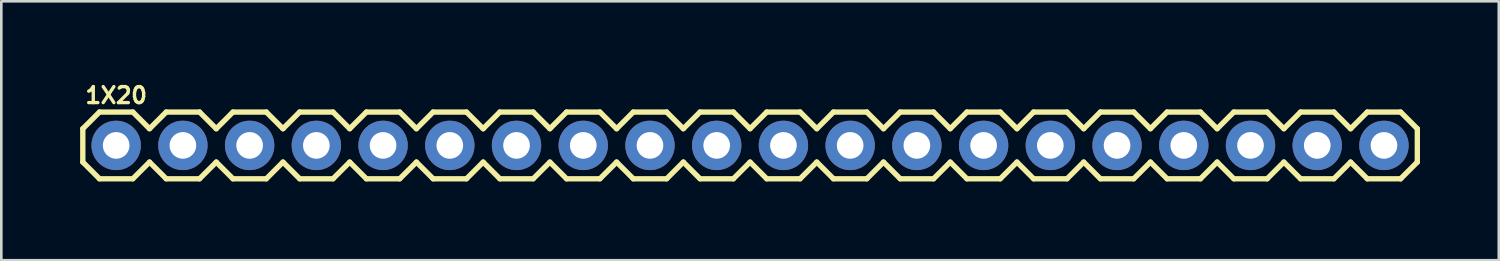
<source format=kicad_pcb>
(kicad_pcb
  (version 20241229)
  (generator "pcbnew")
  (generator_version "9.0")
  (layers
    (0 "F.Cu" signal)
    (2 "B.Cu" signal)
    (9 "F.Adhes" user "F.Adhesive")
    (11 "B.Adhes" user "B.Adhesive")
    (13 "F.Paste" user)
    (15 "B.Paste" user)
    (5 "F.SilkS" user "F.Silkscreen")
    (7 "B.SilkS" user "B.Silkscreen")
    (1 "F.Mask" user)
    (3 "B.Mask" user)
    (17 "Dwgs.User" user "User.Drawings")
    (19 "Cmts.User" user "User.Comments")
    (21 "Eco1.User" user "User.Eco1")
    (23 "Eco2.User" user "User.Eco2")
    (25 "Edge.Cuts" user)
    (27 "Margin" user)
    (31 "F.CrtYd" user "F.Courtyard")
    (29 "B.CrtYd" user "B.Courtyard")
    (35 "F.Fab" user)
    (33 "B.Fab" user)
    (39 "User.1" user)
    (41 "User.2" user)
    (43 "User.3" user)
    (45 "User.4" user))
  (footprint "1X20"
    (layer "F.Cu")
    (at 1.372 2.485)
    (property "Reference" "1X20" (at 0 -1.905 0) (layer "F.SilkS") (effects (font (size 0.61 0.61) (thickness 0.127))))
    (attr exclude_from_pos_files exclude_from_bom)
    (fp_line (start -1.27 -0.635) (end -1.27 0.635) (stroke (width 0.203) (type solid)) (layer "F.SilkS"))
    (fp_line (start -1.27 0.635) (end -0.635 1.27) (stroke (width 0.203) (type solid)) (layer "F.SilkS"))
    (fp_line (start -0.635 -1.27) (end -1.27 -0.635) (stroke (width 0.203) (type solid)) (layer "F.SilkS"))
    (fp_line (start -0.635 -1.27) (end 0.635 -1.27) (stroke (width 0.203) (type solid)) (layer "F.SilkS"))
    (fp_line (start 0.635 -1.27) (end 1.27 -0.635) (stroke (width 0.203) (type solid)) (layer "F.SilkS"))
    (fp_line (start 0.635 1.27) (end -0.635 1.27) (stroke (width 0.203) (type solid)) (layer "F.SilkS"))
    (fp_line (start 1.27 -0.635) (end 1.905 -1.27) (stroke (width 0.203) (type solid)) (layer "F.SilkS"))
    (fp_line (start 1.27 0.635) (end 0.635 1.27) (stroke (width 0.203) (type solid)) (layer "F.SilkS"))
    (fp_line (start 1.905 -1.27) (end 3.175 -1.27) (stroke (width 0.203) (type solid)) (layer "F.SilkS"))
    (fp_line (start 1.905 1.27) (end 1.27 0.635) (stroke (width 0.203) (type solid)) (layer "F.SilkS"))
    (fp_line (start 3.175 -1.27) (end 3.81 -0.635) (stroke (width 0.203) (type solid)) (layer "F.SilkS"))
    (fp_line (start 3.175 1.27) (end 1.905 1.27) (stroke (width 0.203) (type solid)) (layer "F.SilkS"))
    (fp_line (start 3.81 -0.635) (end 4.445 -1.27) (stroke (width 0.203) (type solid)) (layer "F.SilkS"))
    (fp_line (start 3.81 0.635) (end 3.175 1.27) (stroke (width 0.203) (type solid)) (layer "F.SilkS"))
    (fp_line (start 4.445 -1.27) (end 5.715 -1.27) (stroke (width 0.203) (type solid)) (layer "F.SilkS"))
    (fp_line (start 4.445 1.27) (end 3.81 0.635) (stroke (width 0.203) (type solid)) (layer "F.SilkS"))
    (fp_line (start 5.715 -1.27) (end 6.35 -0.635) (stroke (width 0.203) (type solid)) (layer "F.SilkS"))
    (fp_line (start 5.715 1.27) (end 4.445 1.27) (stroke (width 0.203) (type solid)) (layer "F.SilkS"))
    (fp_line (start 6.35 0.635) (end 5.715 1.27) (stroke (width 0.203) (type solid)) (layer "F.SilkS"))
    (fp_line (start 6.35 0.635) (end 6.985 1.27) (stroke (width 0.203) (type solid)) (layer "F.SilkS"))
    (fp_line (start 6.985 -1.27) (end 6.35 -0.635) (stroke (width 0.203) (type solid)) (layer "F.SilkS"))
    (fp_line (start 6.985 -1.27) (end 8.255 -1.27) (stroke (width 0.203) (type solid)) (layer "F.SilkS"))
    (fp_line (start 8.255 -1.27) (end 8.89 -0.635) (stroke (width 0.203) (type solid)) (layer "F.SilkS"))
    (fp_line (start 8.255 1.27) (end 6.985 1.27) (stroke (width 0.203) (type solid)) (layer "F.SilkS"))
    (fp_line (start 8.89 -0.635) (end 9.525 -1.27) (stroke (width 0.203) (type solid)) (layer "F.SilkS"))
    (fp_line (start 8.89 0.635) (end 8.255 1.27) (stroke (width 0.203) (type solid)) (layer "F.SilkS"))
    (fp_line (start 9.525 -1.27) (end 10.795 -1.27) (stroke (width 0.203) (type solid)) (layer "F.SilkS"))
    (fp_line (start 9.525 1.27) (end 8.89 0.635) (stroke (width 0.203) (type solid)) (layer "F.SilkS"))
    (fp_line (start 10.795 -1.27) (end 11.43 -0.635) (stroke (width 0.203) (type solid)) (layer "F.SilkS"))
    (fp_line (start 10.795 1.27) (end 9.525 1.27) (stroke (width 0.203) (type solid)) (layer "F.SilkS"))
    (fp_line (start 11.43 -0.635) (end 12.065 -1.27) (stroke (width 0.203) (type solid)) (layer "F.SilkS"))
    (fp_line (start 11.43 0.635) (end 10.795 1.27) (stroke (width 0.203) (type solid)) (layer "F.SilkS"))
    (fp_line (start 12.065 -1.27) (end 13.335 -1.27) (stroke (width 0.203) (type solid)) (layer "F.SilkS"))
    (fp_line (start 12.065 1.27) (end 11.43 0.635) (stroke (width 0.203) (type solid)) (layer "F.SilkS"))
    (fp_line (start 13.335 -1.27) (end 13.97 -0.635) (stroke (width 0.203) (type solid)) (layer "F.SilkS"))
    (fp_line (start 13.335 1.27) (end 12.065 1.27) (stroke (width 0.203) (type solid)) (layer "F.SilkS"))
    (fp_line (start 13.97 0.635) (end 13.335 1.27) (stroke (width 0.203) (type solid)) (layer "F.SilkS"))
    (fp_line (start 13.97 0.635) (end 14.605 1.27) (stroke (width 0.203) (type solid)) (layer "F.SilkS"))
    (fp_line (start 14.605 -1.27) (end 13.97 -0.635) (stroke (width 0.203) (type solid)) (layer "F.SilkS"))
    (fp_line (start 14.605 -1.27) (end 15.875 -1.27) (stroke (width 0.203) (type solid)) (layer "F.SilkS"))
    (fp_line (start 15.875 -1.27) (end 16.51 -0.635) (stroke (width 0.203) (type solid)) (layer "F.SilkS"))
    (fp_line (start 15.875 1.27) (end 14.605 1.27) (stroke (width 0.203) (type solid)) (layer "F.SilkS"))
    (fp_line (start 16.51 0.635) (end 15.875 1.27) (stroke (width 0.203) (type solid)) (layer "F.SilkS"))
    (fp_line (start 16.51 0.635) (end 17.145 1.27) (stroke (width 0.203) (type solid)) (layer "F.SilkS"))
    (fp_line (start 17.145 -1.27) (end 16.51 -0.635) (stroke (width 0.203) (type solid)) (layer "F.SilkS"))
    (fp_line (start 17.145 -1.27) (end 18.415 -1.27) (stroke (width 0.203) (type solid)) (layer "F.SilkS"))
    (fp_line (start 18.415 -1.27) (end 19.05 -0.635) (stroke (width 0.203) (type solid)) (layer "F.SilkS"))
    (fp_line (start 18.415 1.27) (end 17.145 1.27) (stroke (width 0.203) (type solid)) (layer "F.SilkS"))
    (fp_line (start 19.05 -0.635) (end 19.685 -1.27) (stroke (width 0.203) (type solid)) (layer "F.SilkS"))
    (fp_line (start 19.05 0.635) (end 18.415 1.27) (stroke (width 0.203) (type solid)) (layer "F.SilkS"))
    (fp_line (start 19.685 -1.27) (end 20.955 -1.27) (stroke (width 0.203) (type solid)) (layer "F.SilkS"))
    (fp_line (start 19.685 1.27) (end 19.05 0.635) (stroke (width 0.203) (type solid)) (layer "F.SilkS"))
    (fp_line (start 20.955 -1.27) (end 21.59 -0.635) (stroke (width 0.203) (type solid)) (layer "F.SilkS"))
    (fp_line (start 20.955 1.27) (end 19.685 1.27) (stroke (width 0.203) (type solid)) (layer "F.SilkS"))
    (fp_line (start 21.59 -0.635) (end 22.225 -1.27) (stroke (width 0.203) (type solid)) (layer "F.SilkS"))
    (fp_line (start 21.59 0.635) (end 20.955 1.27) (stroke (width 0.203) (type solid)) (layer "F.SilkS"))
    (fp_line (start 22.225 -1.27) (end 23.495 -1.27) (stroke (width 0.203) (type solid)) (layer "F.SilkS"))
    (fp_line (start 22.225 1.27) (end 21.59 0.635) (stroke (width 0.203) (type solid)) (layer "F.SilkS"))
    (fp_line (start 23.495 -1.27) (end 24.13 -0.635) (stroke (width 0.203) (type solid)) (layer "F.SilkS"))
    (fp_line (start 23.495 1.27) (end 22.225 1.27) (stroke (width 0.203) (type solid)) (layer "F.SilkS"))
    (fp_line (start 24.13 0.635) (end 23.495 1.27) (stroke (width 0.203) (type solid)) (layer "F.SilkS"))
    (fp_line (start 24.13 0.635) (end 24.765 1.27) (stroke (width 0.203) (type solid)) (layer "F.SilkS"))
    (fp_line (start 24.765 -1.27) (end 24.13 -0.635) (stroke (width 0.203) (type solid)) (layer "F.SilkS"))
    (fp_line (start 24.765 -1.27) (end 26.035 -1.27) (stroke (width 0.203) (type solid)) (layer "F.SilkS"))
    (fp_line (start 26.035 -1.27) (end 26.67 -0.635) (stroke (width 0.203) (type solid)) (layer "F.SilkS"))
    (fp_line (start 26.035 1.27) (end 24.765 1.27) (stroke (width 0.203) (type solid)) (layer "F.SilkS"))
    (fp_line (start 26.67 -0.635) (end 27.305 -1.27) (stroke (width 0.203) (type solid)) (layer "F.SilkS"))
    (fp_line (start 26.67 0.635) (end 26.035 1.27) (stroke (width 0.203) (type solid)) (layer "F.SilkS"))
    (fp_line (start 27.305 -1.27) (end 28.575 -1.27) (stroke (width 0.203) (type solid)) (layer "F.SilkS"))
    (fp_line (start 27.305 1.27) (end 26.67 0.635) (stroke (width 0.203) (type solid)) (layer "F.SilkS"))
    (fp_line (start 28.575 -1.27) (end 29.21 -0.635) (stroke (width 0.203) (type solid)) (layer "F.SilkS"))
    (fp_line (start 28.575 1.27) (end 27.305 1.27) (stroke (width 0.203) (type solid)) (layer "F.SilkS"))
    (fp_line (start 29.21 -0.635) (end 29.845 -1.27) (stroke (width 0.203) (type solid)) (layer "F.SilkS"))
    (fp_line (start 29.21 0.635) (end 28.575 1.27) (stroke (width 0.203) (type solid)) (layer "F.SilkS"))
    (fp_line (start 29.845 -1.27) (end 31.115 -1.27) (stroke (width 0.203) (type solid)) (layer "F.SilkS"))
    (fp_line (start 29.845 1.27) (end 29.21 0.635) (stroke (width 0.203) (type solid)) (layer "F.SilkS"))
    (fp_line (start 31.115 -1.27) (end 31.75 -0.635) (stroke (width 0.203) (type solid)) (layer "F.SilkS"))
    (fp_line (start 31.115 1.27) (end 29.845 1.27) (stroke (width 0.203) (type solid)) (layer "F.SilkS"))
    (fp_line (start 31.75 0.635) (end 31.115 1.27) (stroke (width 0.203) (type solid)) (layer "F.SilkS"))
    (fp_line (start 31.75 0.635) (end 32.385 1.27) (stroke (width 0.203) (type solid)) (layer "F.SilkS"))
    (fp_line (start 32.385 -1.27) (end 31.75 -0.635) (stroke (width 0.203) (type solid)) (layer "F.SilkS"))
    (fp_line (start 32.385 -1.27) (end 33.655 -1.27) (stroke (width 0.203) (type solid)) (layer "F.SilkS"))
    (fp_line (start 33.655 -1.27) (end 34.29 -0.635) (stroke (width 0.203) (type solid)) (layer "F.SilkS"))
    (fp_line (start 33.655 1.27) (end 32.385 1.27) (stroke (width 0.203) (type solid)) (layer "F.SilkS"))
    (fp_line (start 34.29 0.635) (end 33.655 1.27) (stroke (width 0.203) (type solid)) (layer "F.SilkS"))
    (fp_line (start 34.29 0.635) (end 34.925 1.27) (stroke (width 0.203) (type solid)) (layer "F.SilkS"))
    (fp_line (start 34.925 -1.27) (end 34.29 -0.635) (stroke (width 0.203) (type solid)) (layer "F.SilkS"))
    (fp_line (start 34.925 -1.27) (end 36.195 -1.27) (stroke (width 0.203) (type solid)) (layer "F.SilkS"))
    (fp_line (start 36.195 -1.27) (end 36.83 -0.635) (stroke (width 0.203) (type solid)) (layer "F.SilkS"))
    (fp_line (start 36.195 1.27) (end 34.925 1.27) (stroke (width 0.203) (type solid)) (layer "F.SilkS"))
    (fp_line (start 36.83 0.635) (end 36.195 1.27) (stroke (width 0.203) (type solid)) (layer "F.SilkS"))
    (fp_line (start 36.83 0.635) (end 37.465 1.27) (stroke (width 0.203) (type solid)) (layer "F.SilkS"))
    (fp_line (start 37.465 -1.27) (end 36.83 -0.635) (stroke (width 0.203) (type solid)) (layer "F.SilkS"))
    (fp_line (start 37.465 -1.27) (end 38.735 -1.27) (stroke (width 0.203) (type solid)) (layer "F.SilkS"))
    (fp_line (start 38.735 -1.27) (end 39.37 -0.635) (stroke (width 0.203) (type solid)) (layer "F.SilkS"))
    (fp_line (start 38.735 1.27) (end 37.465 1.27) (stroke (width 0.203) (type solid)) (layer "F.SilkS"))
    (fp_line (start 39.37 0.635) (end 38.735 1.27) (stroke (width 0.203) (type solid)) (layer "F.SilkS"))
    (fp_line (start 39.37 0.635) (end 40.005 1.27) (stroke (width 0.203) (type solid)) (layer "F.SilkS"))
    (fp_line (start 40.005 -1.27) (end 39.37 -0.635) (stroke (width 0.203) (type solid)) (layer "F.SilkS"))
    (fp_line (start 40.005 -1.27) (end 41.275 -1.27) (stroke (width 0.203) (type solid)) (layer "F.SilkS"))
    (fp_line (start 41.275 -1.27) (end 41.91 -0.635) (stroke (width 0.203) (type solid)) (layer "F.SilkS"))
    (fp_line (start 41.275 1.27) (end 40.005 1.27) (stroke (width 0.203) (type solid)) (layer "F.SilkS"))
    (fp_line (start 41.91 0.635) (end 41.275 1.27) (stroke (width 0.203) (type solid)) (layer "F.SilkS"))
    (fp_line (start 41.91 0.635) (end 42.545 1.27) (stroke (width 0.203) (type solid)) (layer "F.SilkS"))
    (fp_line (start 42.545 -1.27) (end 41.91 -0.635) (stroke (width 0.203) (type solid)) (layer "F.SilkS"))
    (fp_line (start 42.545 -1.27) (end 43.815 -1.27) (stroke (width 0.203) (type solid)) (layer "F.SilkS"))
    (fp_line (start 43.815 -1.27) (end 44.45 -0.635) (stroke (width 0.203) (type solid)) (layer "F.SilkS"))
    (fp_line (start 43.815 1.27) (end 42.545 1.27) (stroke (width 0.203) (type solid)) (layer "F.SilkS"))
    (fp_line (start 44.45 0.635) (end 43.815 1.27) (stroke (width 0.203) (type solid)) (layer "F.SilkS"))
    (fp_line (start 44.45 0.635) (end 45.085 1.27) (stroke (width 0.203) (type solid)) (layer "F.SilkS"))
    (fp_line (start 45.085 -1.27) (end 44.45 -0.635) (stroke (width 0.203) (type solid)) (layer "F.SilkS"))
    (fp_line (start 45.085 -1.27) (end 46.355 -1.27) (stroke (width 0.203) (type solid)) (layer "F.SilkS"))
    (fp_line (start 46.355 -1.27) (end 46.99 -0.635) (stroke (width 0.203) (type solid)) (layer "F.SilkS"))
    (fp_line (start 46.355 1.27) (end 45.085 1.27) (stroke (width 0.203) (type solid)) (layer "F.SilkS"))
    (fp_line (start 46.99 0.635) (end 46.355 1.27) (stroke (width 0.203) (type solid)) (layer "F.SilkS"))
    (fp_line (start 46.99 0.635) (end 47.625 1.27) (stroke (width 0.203) (type solid)) (layer "F.SilkS"))
    (fp_line (start 47.625 -1.27) (end 46.99 -0.635) (stroke (width 0.203) (type solid)) (layer "F.SilkS"))
    (fp_line (start 47.625 -1.27) (end 48.895 -1.27) (stroke (width 0.203) (type solid)) (layer "F.SilkS"))
    (fp_line (start 48.895 -1.27) (end 49.53 -0.635) (stroke (width 0.203) (type solid)) (layer "F.SilkS"))
    (fp_line (start 48.895 1.27) (end 47.625 1.27) (stroke (width 0.203) (type solid)) (layer "F.SilkS"))
    (fp_line (start 49.53 -0.635) (end 49.53 0.635) (stroke (width 0.203) (type solid)) (layer "F.SilkS"))
    (fp_line (start 49.53 0.635) (end 48.895 1.27) (stroke (width 0.203) (type solid)) (layer "F.SilkS"))
    (pad "1" thru_hole circle (at 0 0) (size 1.88 1.88) (drill 1.016) (layers "*.Cu" "*.Mask"))
    (pad "2" thru_hole circle (at 2.54 0) (size 1.88 1.88) (drill 1.016) (layers "*.Cu" "*.Mask"))
    (pad "3" thru_hole circle (at 5.08 0) (size 1.88 1.88) (drill 1.016) (layers "*.Cu" "*.Mask"))
    (pad "4" thru_hole circle (at 7.62 0) (size 1.88 1.88) (drill 1.016) (layers "*.Cu" "*.Mask"))
    (pad "5" thru_hole circle (at 10.16 0) (size 1.88 1.88) (drill 1.016) (layers "*.Cu" "*.Mask"))
    (pad "6" thru_hole circle (at 12.7 0) (size 1.88 1.88) (drill 1.016) (layers "*.Cu" "*.Mask"))
    (pad "7" thru_hole circle (at 15.24 0) (size 1.88 1.88) (drill 1.016) (layers "*.Cu" "*.Mask"))
    (pad "8" thru_hole circle (at 17.78 0) (size 1.88 1.88) (drill 1.016) (layers "*.Cu" "*.Mask"))
    (pad "9" thru_hole circle (at 20.32 0) (size 1.88 1.88) (drill 1.016) (layers "*.Cu" "*.Mask"))
    (pad "10" thru_hole circle (at 22.86 0) (size 1.88 1.88) (drill 1.016) (layers "*.Cu" "*.Mask"))
    (pad "11" thru_hole circle (at 25.4 0) (size 1.88 1.88) (drill 1.016) (layers "*.Cu" "*.Mask"))
    (pad "12" thru_hole circle (at 27.94 0) (size 1.88 1.88) (drill 1.016) (layers "*.Cu" "*.Mask"))
    (pad "13" thru_hole circle (at 30.48 0) (size 1.88 1.88) (drill 1.016) (layers "*.Cu" "*.Mask"))
    (pad "14" thru_hole circle (at 33.02 0) (size 1.88 1.88) (drill 1.016) (layers "*.Cu" "*.Mask"))
    (pad "15" thru_hole circle (at 35.56 0) (size 1.88 1.88) (drill 1.016) (layers "*.Cu" "*.Mask"))
    (pad "16" thru_hole circle (at 38.1 0) (size 1.88 1.88) (drill 1.016) (layers "*.Cu" "*.Mask"))
    (pad "17" thru_hole circle (at 40.64 0) (size 1.88 1.88) (drill 1.016) (layers "*.Cu" "*.Mask"))
    (pad "18" thru_hole circle (at 43.18 0) (size 1.88 1.88) (drill 1.016) (layers "*.Cu" "*.Mask"))
    (pad "19" thru_hole circle (at 45.72 0) (size 1.88 1.88) (drill 1.016) (layers "*.Cu" "*.Mask"))
    (pad "20" thru_hole circle (at 48.26 0) (size 1.88 1.88) (drill 1.016) (layers "*.Cu" "*.Mask")))
  (gr_rect
    (start -3 -3)
    (end 54.003 6.856)
    (stroke (width 0.1) (type default))
    (fill no)
    (layer "Edge.Cuts")))
</source>
